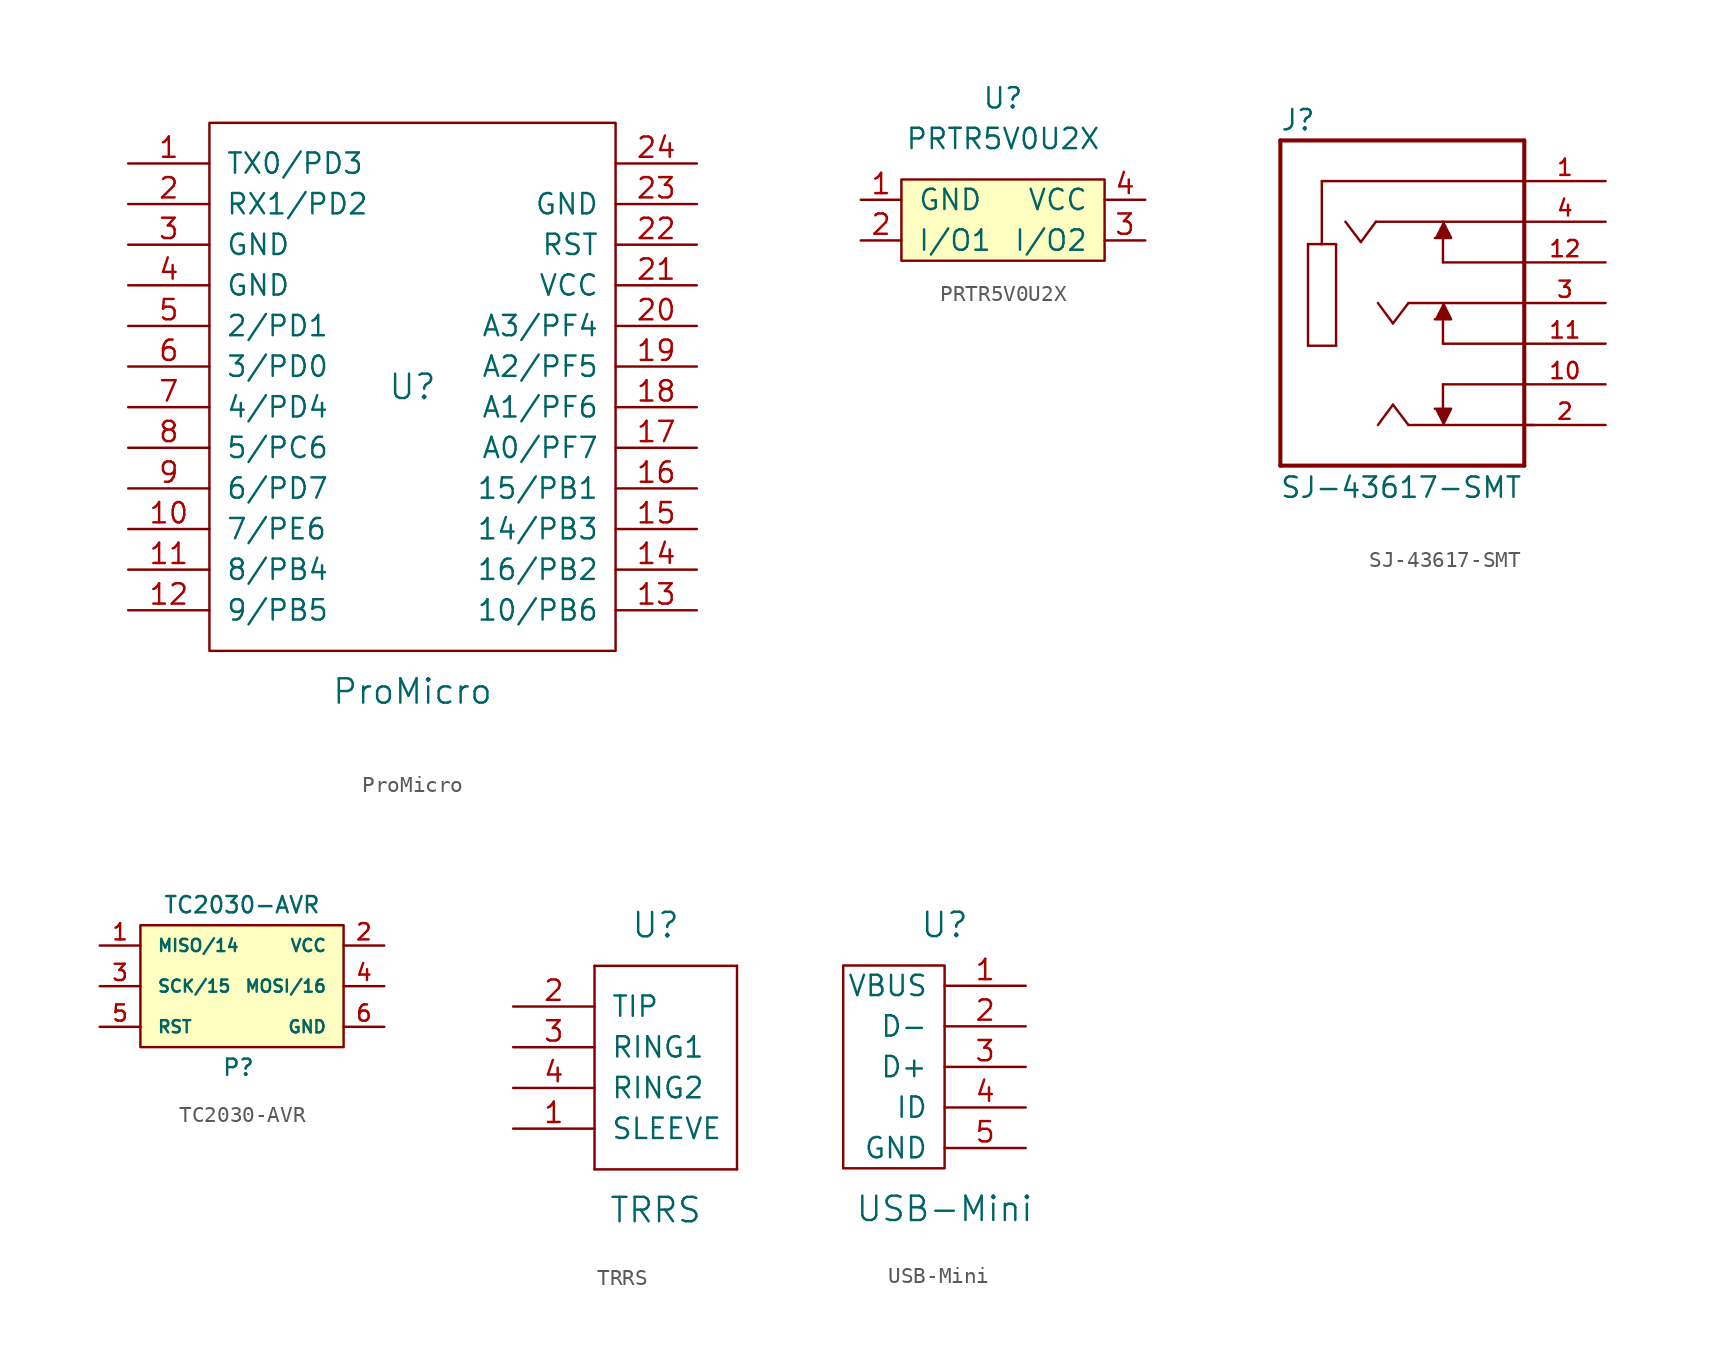
<source format=kicad_sym>
(kicad_symbol_lib
  (version 20231120)
  (generator "kicad_symbol_editor")
  (generator_version "8.0")
  (symbol "ProMicro"
    (pin_names
      (offset 1.016))
    (property "Reference" "U"
      (at 0 0 0)
      (effects (font (size 1.524 1.524))))
    (property "Value" "ProMicro"
      (at 0 -19.05 0)
      (effects (font (size 1.524 1.524))))
    (symbol "ProMicro_0_1"
      (rectangle (start -12.7 -16.51) (end 12.7 16.51) (stroke (width 0) (type solid)) (fill (type none))))
    (symbol "ProMicro_1_1"
      (pin input line (at -17.78 13.97 0) (length 5.08) (name "TX0/PD3" (effects (font (size 1.27 1.27)))) (number "1" (effects (font (size 1.27 1.27)))))
      (pin input line (at -17.78 -8.89 0) (length 5.08) (name "7/PE6" (effects (font (size 1.27 1.27)))) (number "10" (effects (font (size 1.27 1.27)))))
      (pin input line (at -17.78 -11.43 0) (length 5.08) (name "8/PB4" (effects (font (size 1.27 1.27)))) (number "11" (effects (font (size 1.27 1.27)))))
      (pin input line (at -17.78 -13.97 0) (length 5.08) (name "9/PB5" (effects (font (size 1.27 1.27)))) (number "12" (effects (font (size 1.27 1.27)))))
      (pin input line (at 17.78 -13.97 180) (length 5.08) (name "10/PB6" (effects (font (size 1.27 1.27)))) (number "13" (effects (font (size 1.27 1.27)))))
      (pin input line (at 17.78 -11.43 180) (length 5.08) (name "16/PB2" (effects (font (size 1.27 1.27)))) (number "14" (effects (font (size 1.27 1.27)))))
      (pin input line (at 17.78 -8.89 180) (length 5.08) (name "14/PB3" (effects (font (size 1.27 1.27)))) (number "15" (effects (font (size 1.27 1.27)))))
      (pin input line (at 17.78 -6.35 180) (length 5.08) (name "15/PB1" (effects (font (size 1.27 1.27)))) (number "16" (effects (font (size 1.27 1.27)))))
      (pin input line (at 17.78 -3.81 180) (length 5.08) (name "A0/PF7" (effects (font (size 1.27 1.27)))) (number "17" (effects (font (size 1.27 1.27)))))
      (pin input line (at 17.78 -1.27 180) (length 5.08) (name "A1/PF6" (effects (font (size 1.27 1.27)))) (number "18" (effects (font (size 1.27 1.27)))))
      (pin input line (at 17.78 1.27 180) (length 5.08) (name "A2/PF5" (effects (font (size 1.27 1.27)))) (number "19" (effects (font (size 1.27 1.27)))))
      (pin input line (at -17.78 11.43 0) (length 5.08) (name "RX1/PD2" (effects (font (size 1.27 1.27)))) (number "2" (effects (font (size 1.27 1.27)))))
      (pin input line (at 17.78 3.81 180) (length 5.08) (name "A3/PF4" (effects (font (size 1.27 1.27)))) (number "20" (effects (font (size 1.27 1.27)))))
      (pin input line (at 17.78 6.35 180) (length 5.08) (name "VCC" (effects (font (size 1.27 1.27)))) (number "21" (effects (font (size 1.27 1.27)))))
      (pin input line (at 17.78 8.89 180) (length 5.08) (name "RST" (effects (font (size 1.27 1.27)))) (number "22" (effects (font (size 1.27 1.27)))))
      (pin input line (at 17.78 11.43 180) (length 5.08) (name "GND" (effects (font (size 1.27 1.27)))) (number "23" (effects (font (size 1.27 1.27)))))
      (pin input line (at 17.78 13.97 180) (length 5.08) (name "~" (effects (font (size 1.27 1.27)))) (number "24" (effects (font (size 1.27 1.27)))))
      (pin input line (at -17.78 8.89 0) (length 5.08) (name "GND" (effects (font (size 1.27 1.27)))) (number "3" (effects (font (size 1.27 1.27)))))
      (pin input line (at -17.78 6.35 0) (length 5.08) (name "GND" (effects (font (size 1.27 1.27)))) (number "4" (effects (font (size 1.27 1.27)))))
      (pin input line (at -17.78 3.81 0) (length 5.08) (name "2/PD1" (effects (font (size 1.27 1.27)))) (number "5" (effects (font (size 1.27 1.27)))))
      (pin input line (at -17.78 1.27 0) (length 5.08) (name "3/PD0" (effects (font (size 1.27 1.27)))) (number "6" (effects (font (size 1.27 1.27)))))
      (pin input line (at -17.78 -1.27 0) (length 5.08) (name "4/PD4" (effects (font (size 1.27 1.27)))) (number "7" (effects (font (size 1.27 1.27)))))
      (pin input line (at -17.78 -3.81 0) (length 5.08) (name "5/PC6" (effects (font (size 1.27 1.27)))) (number "8" (effects (font (size 1.27 1.27)))))
      (pin input line (at -17.78 -6.35 0) (length 5.08) (name "6/PD7" (effects (font (size 1.27 1.27)))) (number "9" (effects (font (size 1.27 1.27)))))))
  (symbol "PRTR5V0U2X"
    (pin_names
      (offset 1.016))
    (property "Reference" "U"
      (at 0 7.62 0)
      (effects (font (size 1.27 1.27))))
    (property "Value" "PRTR5V0U2X"
      (at 0 5.08 0)
      (effects (font (size 1.27 1.27))))
    (symbol "PRTR5V0U2X_0_1"
      (rectangle (start -6.35 2.54) (end 6.35 -2.54) (stroke (width 0) (type solid)) (fill (type background))))
    (symbol "PRTR5V0U2X_1_1"
      (pin input line (at -8.89 1.27 0) (length 2.54) (name "GND" (effects (font (size 1.27 1.27)))) (number "1" (effects (font (size 1.27 1.27)))))
      (pin input line (at -8.89 -1.27 0) (length 2.54) (name "I/O1" (effects (font (size 1.27 1.27)))) (number "2" (effects (font (size 1.27 1.27)))))
      (pin input line (at 8.89 -1.27 180) (length 2.54) (name "I/O2" (effects (font (size 1.27 1.27)))) (number "3" (effects (font (size 1.27 1.27)))))
      (pin input line (at 8.89 1.27 180) (length 2.54) (name "VCC" (effects (font (size 1.27 1.27)))) (number "4" (effects (font (size 1.27 1.27)))))))
  (symbol "SJ-43617-SMT"
    (pin_names
      (offset 1.016) hide)
    (property "Reference" "J"
      (at -7.645 10.693 0)
      (effects (font (size 1.27 1.27)) (justify left bottom)))
    (property "Value" "SJ-43617-SMT"
      (at -7.671 -12.268 0)
      (effects (font (size 1.27 1.27)) (justify left bottom)))
    (property "ki_locked" ""
      (at 0 0 0)
      (effects (font (size 1.27 1.27))))
    (symbol "SJ-43617-SMT_0_0"
      (polyline (pts (xy -7.62 -10.16) (xy 7.62 -10.16)) (stroke (width 0.254) (type solid)) (fill (type none)))
      (polyline (pts (xy -7.62 10.16) (xy -7.62 -10.16)) (stroke (width 0.254) (type solid)) (fill (type none)))
      (polyline (pts (xy -5.893 -2.667) (xy -5.893 3.683)) (stroke (width 0.152) (type solid)) (fill (type none)))
      (polyline (pts (xy -5.893 3.683) (xy -5.029 3.683)) (stroke (width 0.152) (type solid)) (fill (type none)))
      (polyline (pts (xy -5.029 3.683) (xy -4.14 3.683)) (stroke (width 0.152) (type solid)) (fill (type none)))
      (polyline (pts (xy -5.029 7.62) (xy -5.029 3.683)) (stroke (width 0.152) (type solid)) (fill (type none)))
      (polyline (pts (xy -4.14 -2.667) (xy -5.893 -2.667)) (stroke (width 0.152) (type solid)) (fill (type none)))
      (polyline (pts (xy -4.14 3.683) (xy -4.14 -2.667)) (stroke (width 0.152) (type solid)) (fill (type none)))
      (polyline (pts (xy -2.591 3.81) (xy -3.556 5.08)) (stroke (width 0.152) (type solid)) (fill (type none)))
      (polyline (pts (xy -1.651 5.08) (xy -2.591 3.81)) (stroke (width 0.152) (type solid)) (fill (type none)))
      (polyline (pts (xy -0.584 -6.35) (xy -1.524 -7.62)) (stroke (width 0.152) (type solid)) (fill (type none)))
      (polyline (pts (xy -0.584 -1.27) (xy -1.524 0)) (stroke (width 0.152) (type solid)) (fill (type none)))
      (polyline (pts (xy 0.381 -7.62) (xy -0.584 -6.35)) (stroke (width 0.152) (type solid)) (fill (type none)))
      (polyline (pts (xy 0.381 0) (xy -0.584 -1.27)) (stroke (width 0.152) (type solid)) (fill (type none)))
      (polyline (pts (xy 2.54 -5.08) (xy 2.54 -6.604)) (stroke (width 0.152) (type solid)) (fill (type none)))
      (polyline (pts (xy 2.54 -2.54) (xy 2.54 -1.016)) (stroke (width 0.152) (type solid)) (fill (type none)))
      (polyline (pts (xy 2.54 2.54) (xy 2.54 4.064)) (stroke (width 0.152) (type solid)) (fill (type none)))
      (polyline (pts (xy 7.62 -10.16) (xy 7.62 0)) (stroke (width 0.254) (type solid)) (fill (type none)))
      (polyline (pts (xy 7.62 -5.08) (xy 2.54 -5.08)) (stroke (width 0.152) (type solid)) (fill (type none)))
      (polyline (pts (xy 7.62 -2.54) (xy 2.54 -2.54)) (stroke (width 0.152) (type solid)) (fill (type none)))
      (polyline (pts (xy 7.62 0) (xy 0.381 0)) (stroke (width 0.152) (type solid)) (fill (type none)))
      (polyline (pts (xy 7.62 0) (xy 7.62 5.08)) (stroke (width 0.254) (type solid)) (fill (type none)))
      (polyline (pts (xy 7.62 2.54) (xy 2.54 2.54)) (stroke (width 0.152) (type solid)) (fill (type none)))
      (polyline (pts (xy 7.62 5.08) (xy -1.651 5.08)) (stroke (width 0.152) (type solid)) (fill (type none)))
      (polyline (pts (xy 7.62 5.08) (xy 7.62 7.62)) (stroke (width 0.254) (type solid)) (fill (type none)))
      (polyline (pts (xy 7.62 7.62) (xy -5.029 7.62)) (stroke (width 0.152) (type solid)) (fill (type none)))
      (polyline (pts (xy 7.62 7.62) (xy 7.62 10.16)) (stroke (width 0.254) (type solid)) (fill (type none)))
      (polyline (pts (xy 7.62 10.16) (xy -7.62 10.16)) (stroke (width 0.254) (type solid)) (fill (type none)))
      (polyline (pts (xy 8.255 -7.62) (xy 0.381 -7.62)) (stroke (width 0.152) (type solid)) (fill (type none)))
      (polyline (pts (xy 2.032 -6.604) (xy 3.048 -6.604) (xy 2.54 -7.62)) (stroke (width 0.152) (type solid)) (fill (type outline)))
      (polyline (pts (xy 2.032 -1.016) (xy 3.048 -1.016) (xy 2.54 0)) (stroke (width 0.152) (type solid)) (fill (type outline)))
      (polyline (pts (xy 2.032 4.064) (xy 3.048 4.064) (xy 2.54 5.08)) (stroke (width 0.152) (type solid)) (fill (type outline)))
      (pin passive line (at 12.7 7.62 180) (length 5.08) (name "1" (effects (font (size 1.016 1.016)))) (number "1" (effects (font (size 1.016 1.016)))))
      (pin passive line (at 12.7 -5.08 180) (length 5.08) (name "10" (effects (font (size 1.016 1.016)))) (number "10" (effects (font (size 1.016 1.016)))))
      (pin passive line (at 12.7 -2.54 180) (length 5.08) (name "11" (effects (font (size 1.016 1.016)))) (number "11" (effects (font (size 1.016 1.016)))))
      (pin passive line (at 12.7 2.54 180) (length 5.08) (name "12" (effects (font (size 1.016 1.016)))) (number "12" (effects (font (size 1.016 1.016)))))
      (pin passive line (at 12.7 -7.62 180) (length 5.08) (name "2" (effects (font (size 1.016 1.016)))) (number "2" (effects (font (size 1.016 1.016)))))
      (pin passive line (at 12.7 0 180) (length 5.08) (name "3" (effects (font (size 1.016 1.016)))) (number "3" (effects (font (size 1.016 1.016)))))
      (pin passive line (at 12.7 5.08 180) (length 5.08) (name "4" (effects (font (size 1.016 1.016)))) (number "4" (effects (font (size 1.016 1.016)))))))
  (symbol "TC2030-AVR"
    (pin_names
      (offset 1.016))
    (property "Reference" "P"
      (at -1.27 -5.08 0)
      (effects (font (size 1.016 1.016)) (justify left)))
    (property "Value" "TC2030-AVR"
      (at 0 5.08 0)
      (effects (font (size 1.016 1.016))))
    (symbol "TC2030-AVR_0_1"
      (rectangle (start -6.35 3.81) (end 6.35 -3.81) (stroke (width 0) (type solid)) (fill (type background))))
    (symbol "TC2030-AVR_1_1"
      (pin passive line (at -8.89 2.54 0) (length 2.54) (name "MISO/14" (effects (font (size 0.762 0.762)))) (number "1" (effects (font (size 1.016 1.016)))))
      (pin passive line (at 8.89 2.54 180) (length 2.54) (name "VCC" (effects (font (size 0.762 0.762)))) (number "2" (effects (font (size 1.016 1.016)))))
      (pin passive line (at -8.89 0 0) (length 2.54) (name "SCK/15" (effects (font (size 0.762 0.762)))) (number "3" (effects (font (size 1.016 1.016)))))
      (pin passive line (at 8.89 0 180) (length 2.54) (name "MOSI/16" (effects (font (size 0.762 0.762)))) (number "4" (effects (font (size 1.016 1.016)))))
      (pin passive line (at -8.89 -2.54 0) (length 2.54) (name "RST" (effects (font (size 0.762 0.762)))) (number "5" (effects (font (size 1.016 1.016)))))
      (pin passive line (at 8.89 -2.54 180) (length 2.54) (name "GND" (effects (font (size 0.762 0.762)))) (number "6" (effects (font (size 1.016 1.016)))))))
  (symbol "TRRS"
    (pin_names
      (offset 1.016))
    (property "Reference" "U"
      (at 0 15.24 0)
      (effects (font (size 1.524 1.524))))
    (property "Value" "TRRS"
      (at 0 -2.54 0)
      (effects (font (size 1.524 1.524))))
    (symbol "TRRS_0_1"
      (rectangle (start -3.81 0) (end -3.81 12.7) (stroke (width 0) (type solid)) (fill (type none)))
      (rectangle (start -3.81 12.7) (end 5.08 12.7) (stroke (width 0) (type solid)) (fill (type none)))
      (rectangle (start 5.08 0) (end -3.81 0) (stroke (width 0) (type solid)) (fill (type none)))
      (rectangle (start 5.08 12.7) (end 5.08 0) (stroke (width 0) (type solid)) (fill (type none))))
    (symbol "TRRS_1_1"
      (pin input line (at -8.89 2.54 0) (length 5.08) (name "SLEEVE" (effects (font (size 1.27 1.27)))) (number "1" (effects (font (size 1.27 1.27)))))
      (pin input line (at -8.89 10.16 0) (length 5.08) (name "TIP" (effects (font (size 1.27 1.27)))) (number "2" (effects (font (size 1.27 1.27)))))
      (pin input line (at -8.89 7.62 0) (length 5.08) (name "RING1" (effects (font (size 1.27 1.27)))) (number "3" (effects (font (size 1.27 1.27)))))
      (pin input line (at -8.89 5.08 0) (length 5.08) (name "RING2" (effects (font (size 1.27 1.27)))) (number "4" (effects (font (size 1.27 1.27)))))))
  (symbol "USB-Mini"
    (pin_names
      (offset 1.016))
    (property "Reference" "U"
      (at 0 15.24 0)
      (effects (font (size 1.524 1.524))))
    (property "Value" "USB-Mini"
      (at 0 -2.54 0)
      (effects (font (size 1.524 1.524))))
    (symbol "USB-Mini_0_1"
      (rectangle (start 0 0) (end -6.35 12.7) (stroke (width 0) (type solid)) (fill (type none))))
    (symbol "USB-Mini_1_1"
      (pin input line (at 5.08 11.43 180) (length 5.08) (name "VBUS" (effects (font (size 1.27 1.27)))) (number "1" (effects (font (size 1.27 1.27)))))
      (pin input line (at 5.08 8.89 180) (length 5.08) (name "D-" (effects (font (size 1.27 1.27)))) (number "2" (effects (font (size 1.27 1.27)))))
      (pin input line (at 5.08 6.35 180) (length 5.08) (name "D+" (effects (font (size 1.27 1.27)))) (number "3" (effects (font (size 1.27 1.27)))))
      (pin input line (at 5.08 3.81 180) (length 5.08) (name "ID" (effects (font (size 1.27 1.27)))) (number "4" (effects (font (size 1.27 1.27)))))
      (pin input line (at 5.08 1.27 180) (length 5.08) (name "GND" (effects (font (size 1.27 1.27)))) (number "5" (effects (font (size 1.27 1.27))))))))
</source>
